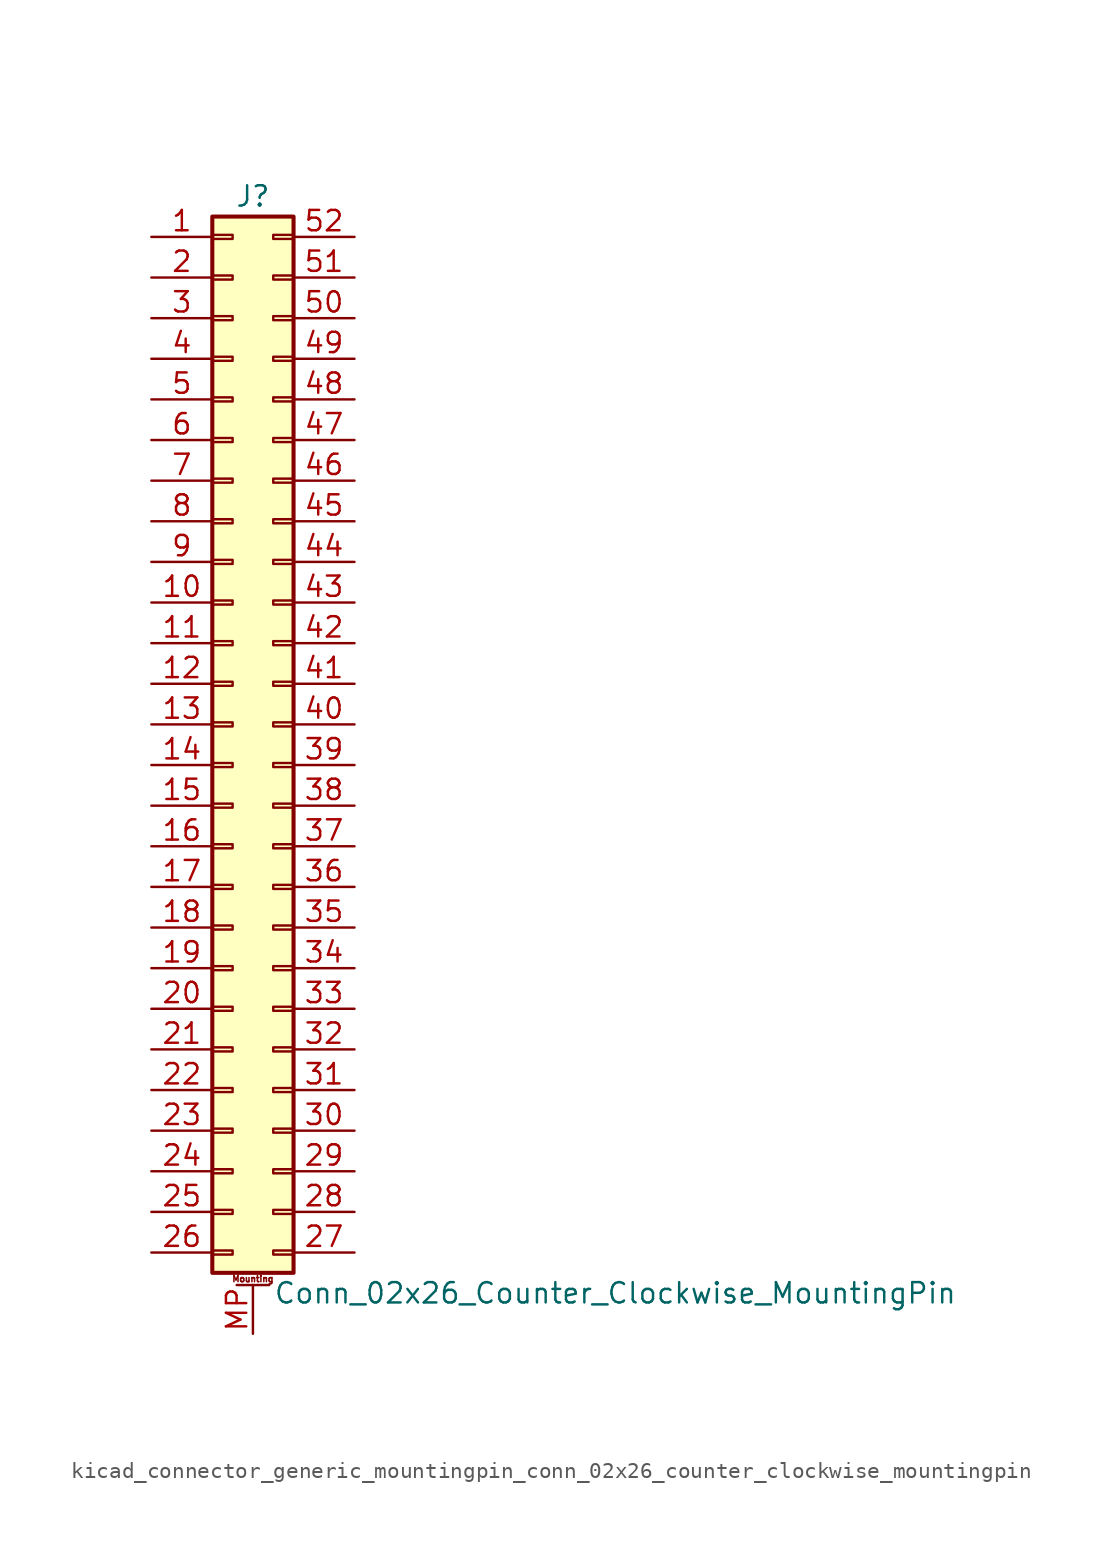
<source format=kicad_sym>
(kicad_symbol_lib
  (version 20220914)
  (generator kicad_symbol_editor)
  (symbol "kicad_connector_generic_mountingpin_conn_02x26_counter_clockwise_mountingpin"
    (pin_names
      (offset 1.016) hide)
    (property "Reference" "J"
      (at 1.27 33.02 0)
      (effects (font (size 1.27 1.27))))
    (property "Value" "Conn_02x26_Counter_Clockwise_MountingPin"
      (at 2.54 -35.56 0)
      (effects (font (size 1.27 1.27)) (justify left)))
    (symbol "kicad_connector_generic_mountingpin_conn_02x26_counter_clockwise_mountingpin_1_1"
      (rectangle (start -1.27 -32.893) (end 0 -33.147) (stroke (width 0.152) (type default)) (fill (type none)))
      (rectangle (start -1.27 -30.353) (end 0 -30.607) (stroke (width 0.152) (type default)) (fill (type none)))
      (rectangle (start -1.27 -27.813) (end 0 -28.067) (stroke (width 0.152) (type default)) (fill (type none)))
      (rectangle (start -1.27 -25.273) (end 0 -25.527) (stroke (width 0.152) (type default)) (fill (type none)))
      (rectangle (start -1.27 -22.733) (end 0 -22.987) (stroke (width 0.152) (type default)) (fill (type none)))
      (rectangle (start -1.27 -20.193) (end 0 -20.447) (stroke (width 0.152) (type default)) (fill (type none)))
      (rectangle (start -1.27 -17.653) (end 0 -17.907) (stroke (width 0.152) (type default)) (fill (type none)))
      (rectangle (start -1.27 -15.113) (end 0 -15.367) (stroke (width 0.152) (type default)) (fill (type none)))
      (rectangle (start -1.27 -12.573) (end 0 -12.827) (stroke (width 0.152) (type default)) (fill (type none)))
      (rectangle (start -1.27 -10.033) (end 0 -10.287) (stroke (width 0.152) (type default)) (fill (type none)))
      (rectangle (start -1.27 -7.493) (end 0 -7.747) (stroke (width 0.152) (type default)) (fill (type none)))
      (rectangle (start -1.27 -4.953) (end 0 -5.207) (stroke (width 0.152) (type default)) (fill (type none)))
      (rectangle (start -1.27 -2.413) (end 0 -2.667) (stroke (width 0.152) (type default)) (fill (type none)))
      (rectangle (start -1.27 0.127) (end 0 -0.127) (stroke (width 0.152) (type default)) (fill (type none)))
      (rectangle (start -1.27 2.667) (end 0 2.413) (stroke (width 0.152) (type default)) (fill (type none)))
      (rectangle (start -1.27 5.207) (end 0 4.953) (stroke (width 0.152) (type default)) (fill (type none)))
      (rectangle (start -1.27 7.747) (end 0 7.493) (stroke (width 0.152) (type default)) (fill (type none)))
      (rectangle (start -1.27 10.287) (end 0 10.033) (stroke (width 0.152) (type default)) (fill (type none)))
      (rectangle (start -1.27 12.827) (end 0 12.573) (stroke (width 0.152) (type default)) (fill (type none)))
      (rectangle (start -1.27 15.367) (end 0 15.113) (stroke (width 0.152) (type default)) (fill (type none)))
      (rectangle (start -1.27 17.907) (end 0 17.653) (stroke (width 0.152) (type default)) (fill (type none)))
      (rectangle (start -1.27 20.447) (end 0 20.193) (stroke (width 0.152) (type default)) (fill (type none)))
      (rectangle (start -1.27 22.987) (end 0 22.733) (stroke (width 0.152) (type default)) (fill (type none)))
      (rectangle (start -1.27 25.527) (end 0 25.273) (stroke (width 0.152) (type default)) (fill (type none)))
      (rectangle (start -1.27 28.067) (end 0 27.813) (stroke (width 0.152) (type default)) (fill (type none)))
      (rectangle (start -1.27 30.607) (end 0 30.353) (stroke (width 0.152) (type default)) (fill (type none)))
      (rectangle (start -1.27 31.75) (end 3.81 -34.29) (stroke (width 0.254) (type default)) (fill (type background)))
      (polyline (pts (xy 0.254 -35.052) (xy 2.286 -35.052)) (stroke (width 0.152) (type default)) (fill (type none)))
      (rectangle (start 3.81 -32.893) (end 2.54 -33.147) (stroke (width 0.152) (type default)) (fill (type none)))
      (rectangle (start 3.81 -30.353) (end 2.54 -30.607) (stroke (width 0.152) (type default)) (fill (type none)))
      (rectangle (start 3.81 -27.813) (end 2.54 -28.067) (stroke (width 0.152) (type default)) (fill (type none)))
      (rectangle (start 3.81 -25.273) (end 2.54 -25.527) (stroke (width 0.152) (type default)) (fill (type none)))
      (rectangle (start 3.81 -22.733) (end 2.54 -22.987) (stroke (width 0.152) (type default)) (fill (type none)))
      (rectangle (start 3.81 -20.193) (end 2.54 -20.447) (stroke (width 0.152) (type default)) (fill (type none)))
      (rectangle (start 3.81 -17.653) (end 2.54 -17.907) (stroke (width 0.152) (type default)) (fill (type none)))
      (rectangle (start 3.81 -15.113) (end 2.54 -15.367) (stroke (width 0.152) (type default)) (fill (type none)))
      (rectangle (start 3.81 -12.573) (end 2.54 -12.827) (stroke (width 0.152) (type default)) (fill (type none)))
      (rectangle (start 3.81 -10.033) (end 2.54 -10.287) (stroke (width 0.152) (type default)) (fill (type none)))
      (rectangle (start 3.81 -7.493) (end 2.54 -7.747) (stroke (width 0.152) (type default)) (fill (type none)))
      (rectangle (start 3.81 -4.953) (end 2.54 -5.207) (stroke (width 0.152) (type default)) (fill (type none)))
      (rectangle (start 3.81 -2.413) (end 2.54 -2.667) (stroke (width 0.152) (type default)) (fill (type none)))
      (rectangle (start 3.81 0.127) (end 2.54 -0.127) (stroke (width 0.152) (type default)) (fill (type none)))
      (rectangle (start 3.81 2.667) (end 2.54 2.413) (stroke (width 0.152) (type default)) (fill (type none)))
      (rectangle (start 3.81 5.207) (end 2.54 4.953) (stroke (width 0.152) (type default)) (fill (type none)))
      (rectangle (start 3.81 7.747) (end 2.54 7.493) (stroke (width 0.152) (type default)) (fill (type none)))
      (rectangle (start 3.81 10.287) (end 2.54 10.033) (stroke (width 0.152) (type default)) (fill (type none)))
      (rectangle (start 3.81 12.827) (end 2.54 12.573) (stroke (width 0.152) (type default)) (fill (type none)))
      (rectangle (start 3.81 15.367) (end 2.54 15.113) (stroke (width 0.152) (type default)) (fill (type none)))
      (rectangle (start 3.81 17.907) (end 2.54 17.653) (stroke (width 0.152) (type default)) (fill (type none)))
      (rectangle (start 3.81 20.447) (end 2.54 20.193) (stroke (width 0.152) (type default)) (fill (type none)))
      (rectangle (start 3.81 22.987) (end 2.54 22.733) (stroke (width 0.152) (type default)) (fill (type none)))
      (rectangle (start 3.81 25.527) (end 2.54 25.273) (stroke (width 0.152) (type default)) (fill (type none)))
      (rectangle (start 3.81 28.067) (end 2.54 27.813) (stroke (width 0.152) (type default)) (fill (type none)))
      (rectangle (start 3.81 30.607) (end 2.54 30.353) (stroke (width 0.152) (type default)) (fill (type none)))
      (text "Mounting" (at 1.27 -34.671 0) (effects (font (size 0.381 0.381))))
      (pin passive line (at -5.08 30.48 0) (length 3.81) (name "Pin_1" (effects (font (size 1.27 1.27)))) (number "1" (effects (font (size 1.27 1.27)))))
      (pin passive line (at -5.08 7.62 0) (length 3.81) (name "Pin_10" (effects (font (size 1.27 1.27)))) (number "10" (effects (font (size 1.27 1.27)))))
      (pin passive line (at -5.08 5.08 0) (length 3.81) (name "Pin_11" (effects (font (size 1.27 1.27)))) (number "11" (effects (font (size 1.27 1.27)))))
      (pin passive line (at -5.08 2.54 0) (length 3.81) (name "Pin_12" (effects (font (size 1.27 1.27)))) (number "12" (effects (font (size 1.27 1.27)))))
      (pin passive line (at -5.08 0 0) (length 3.81) (name "Pin_13" (effects (font (size 1.27 1.27)))) (number "13" (effects (font (size 1.27 1.27)))))
      (pin passive line (at -5.08 -2.54 0) (length 3.81) (name "Pin_14" (effects (font (size 1.27 1.27)))) (number "14" (effects (font (size 1.27 1.27)))))
      (pin passive line (at -5.08 -5.08 0) (length 3.81) (name "Pin_15" (effects (font (size 1.27 1.27)))) (number "15" (effects (font (size 1.27 1.27)))))
      (pin passive line (at -5.08 -7.62 0) (length 3.81) (name "Pin_16" (effects (font (size 1.27 1.27)))) (number "16" (effects (font (size 1.27 1.27)))))
      (pin passive line (at -5.08 -10.16 0) (length 3.81) (name "Pin_17" (effects (font (size 1.27 1.27)))) (number "17" (effects (font (size 1.27 1.27)))))
      (pin passive line (at -5.08 -12.7 0) (length 3.81) (name "Pin_18" (effects (font (size 1.27 1.27)))) (number "18" (effects (font (size 1.27 1.27)))))
      (pin passive line (at -5.08 -15.24 0) (length 3.81) (name "Pin_19" (effects (font (size 1.27 1.27)))) (number "19" (effects (font (size 1.27 1.27)))))
      (pin passive line (at -5.08 27.94 0) (length 3.81) (name "Pin_2" (effects (font (size 1.27 1.27)))) (number "2" (effects (font (size 1.27 1.27)))))
      (pin passive line (at -5.08 -17.78 0) (length 3.81) (name "Pin_20" (effects (font (size 1.27 1.27)))) (number "20" (effects (font (size 1.27 1.27)))))
      (pin passive line (at -5.08 -20.32 0) (length 3.81) (name "Pin_21" (effects (font (size 1.27 1.27)))) (number "21" (effects (font (size 1.27 1.27)))))
      (pin passive line (at -5.08 -22.86 0) (length 3.81) (name "Pin_22" (effects (font (size 1.27 1.27)))) (number "22" (effects (font (size 1.27 1.27)))))
      (pin passive line (at -5.08 -25.4 0) (length 3.81) (name "Pin_23" (effects (font (size 1.27 1.27)))) (number "23" (effects (font (size 1.27 1.27)))))
      (pin passive line (at -5.08 -27.94 0) (length 3.81) (name "Pin_24" (effects (font (size 1.27 1.27)))) (number "24" (effects (font (size 1.27 1.27)))))
      (pin passive line (at -5.08 -30.48 0) (length 3.81) (name "Pin_25" (effects (font (size 1.27 1.27)))) (number "25" (effects (font (size 1.27 1.27)))))
      (pin passive line (at -5.08 -33.02 0) (length 3.81) (name "Pin_26" (effects (font (size 1.27 1.27)))) (number "26" (effects (font (size 1.27 1.27)))))
      (pin passive line (at 7.62 -33.02 180) (length 3.81) (name "Pin_27" (effects (font (size 1.27 1.27)))) (number "27" (effects (font (size 1.27 1.27)))))
      (pin passive line (at 7.62 -30.48 180) (length 3.81) (name "Pin_28" (effects (font (size 1.27 1.27)))) (number "28" (effects (font (size 1.27 1.27)))))
      (pin passive line (at 7.62 -27.94 180) (length 3.81) (name "Pin_29" (effects (font (size 1.27 1.27)))) (number "29" (effects (font (size 1.27 1.27)))))
      (pin passive line (at -5.08 25.4 0) (length 3.81) (name "Pin_3" (effects (font (size 1.27 1.27)))) (number "3" (effects (font (size 1.27 1.27)))))
      (pin passive line (at 7.62 -25.4 180) (length 3.81) (name "Pin_30" (effects (font (size 1.27 1.27)))) (number "30" (effects (font (size 1.27 1.27)))))
      (pin passive line (at 7.62 -22.86 180) (length 3.81) (name "Pin_31" (effects (font (size 1.27 1.27)))) (number "31" (effects (font (size 1.27 1.27)))))
      (pin passive line (at 7.62 -20.32 180) (length 3.81) (name "Pin_32" (effects (font (size 1.27 1.27)))) (number "32" (effects (font (size 1.27 1.27)))))
      (pin passive line (at 7.62 -17.78 180) (length 3.81) (name "Pin_33" (effects (font (size 1.27 1.27)))) (number "33" (effects (font (size 1.27 1.27)))))
      (pin passive line (at 7.62 -15.24 180) (length 3.81) (name "Pin_34" (effects (font (size 1.27 1.27)))) (number "34" (effects (font (size 1.27 1.27)))))
      (pin passive line (at 7.62 -12.7 180) (length 3.81) (name "Pin_35" (effects (font (size 1.27 1.27)))) (number "35" (effects (font (size 1.27 1.27)))))
      (pin passive line (at 7.62 -10.16 180) (length 3.81) (name "Pin_36" (effects (font (size 1.27 1.27)))) (number "36" (effects (font (size 1.27 1.27)))))
      (pin passive line (at 7.62 -7.62 180) (length 3.81) (name "Pin_37" (effects (font (size 1.27 1.27)))) (number "37" (effects (font (size 1.27 1.27)))))
      (pin passive line (at 7.62 -5.08 180) (length 3.81) (name "Pin_38" (effects (font (size 1.27 1.27)))) (number "38" (effects (font (size 1.27 1.27)))))
      (pin passive line (at 7.62 -2.54 180) (length 3.81) (name "Pin_39" (effects (font (size 1.27 1.27)))) (number "39" (effects (font (size 1.27 1.27)))))
      (pin passive line (at -5.08 22.86 0) (length 3.81) (name "Pin_4" (effects (font (size 1.27 1.27)))) (number "4" (effects (font (size 1.27 1.27)))))
      (pin passive line (at 7.62 0 180) (length 3.81) (name "Pin_40" (effects (font (size 1.27 1.27)))) (number "40" (effects (font (size 1.27 1.27)))))
      (pin passive line (at 7.62 2.54 180) (length 3.81) (name "Pin_41" (effects (font (size 1.27 1.27)))) (number "41" (effects (font (size 1.27 1.27)))))
      (pin passive line (at 7.62 5.08 180) (length 3.81) (name "Pin_42" (effects (font (size 1.27 1.27)))) (number "42" (effects (font (size 1.27 1.27)))))
      (pin passive line (at 7.62 7.62 180) (length 3.81) (name "Pin_43" (effects (font (size 1.27 1.27)))) (number "43" (effects (font (size 1.27 1.27)))))
      (pin passive line (at 7.62 10.16 180) (length 3.81) (name "Pin_44" (effects (font (size 1.27 1.27)))) (number "44" (effects (font (size 1.27 1.27)))))
      (pin passive line (at 7.62 12.7 180) (length 3.81) (name "Pin_45" (effects (font (size 1.27 1.27)))) (number "45" (effects (font (size 1.27 1.27)))))
      (pin passive line (at 7.62 15.24 180) (length 3.81) (name "Pin_46" (effects (font (size 1.27 1.27)))) (number "46" (effects (font (size 1.27 1.27)))))
      (pin passive line (at 7.62 17.78 180) (length 3.81) (name "Pin_47" (effects (font (size 1.27 1.27)))) (number "47" (effects (font (size 1.27 1.27)))))
      (pin passive line (at 7.62 20.32 180) (length 3.81) (name "Pin_48" (effects (font (size 1.27 1.27)))) (number "48" (effects (font (size 1.27 1.27)))))
      (pin passive line (at 7.62 22.86 180) (length 3.81) (name "Pin_49" (effects (font (size 1.27 1.27)))) (number "49" (effects (font (size 1.27 1.27)))))
      (pin passive line (at -5.08 20.32 0) (length 3.81) (name "Pin_5" (effects (font (size 1.27 1.27)))) (number "5" (effects (font (size 1.27 1.27)))))
      (pin passive line (at 7.62 25.4 180) (length 3.81) (name "Pin_50" (effects (font (size 1.27 1.27)))) (number "50" (effects (font (size 1.27 1.27)))))
      (pin passive line (at 7.62 27.94 180) (length 3.81) (name "Pin_51" (effects (font (size 1.27 1.27)))) (number "51" (effects (font (size 1.27 1.27)))))
      (pin passive line (at 7.62 30.48 180) (length 3.81) (name "Pin_52" (effects (font (size 1.27 1.27)))) (number "52" (effects (font (size 1.27 1.27)))))
      (pin passive line (at -5.08 17.78 0) (length 3.81) (name "Pin_6" (effects (font (size 1.27 1.27)))) (number "6" (effects (font (size 1.27 1.27)))))
      (pin passive line (at -5.08 15.24 0) (length 3.81) (name "Pin_7" (effects (font (size 1.27 1.27)))) (number "7" (effects (font (size 1.27 1.27)))))
      (pin passive line (at -5.08 12.7 0) (length 3.81) (name "Pin_8" (effects (font (size 1.27 1.27)))) (number "8" (effects (font (size 1.27 1.27)))))
      (pin passive line (at -5.08 10.16 0) (length 3.81) (name "Pin_9" (effects (font (size 1.27 1.27)))) (number "9" (effects (font (size 1.27 1.27)))))
      (pin passive line (at 1.27 -38.1 90) (length 3.048) (name "MountPin" (effects (font (size 1.27 1.27)))) (number "MP" (effects (font (size 1.27 1.27))))))))
</source>
